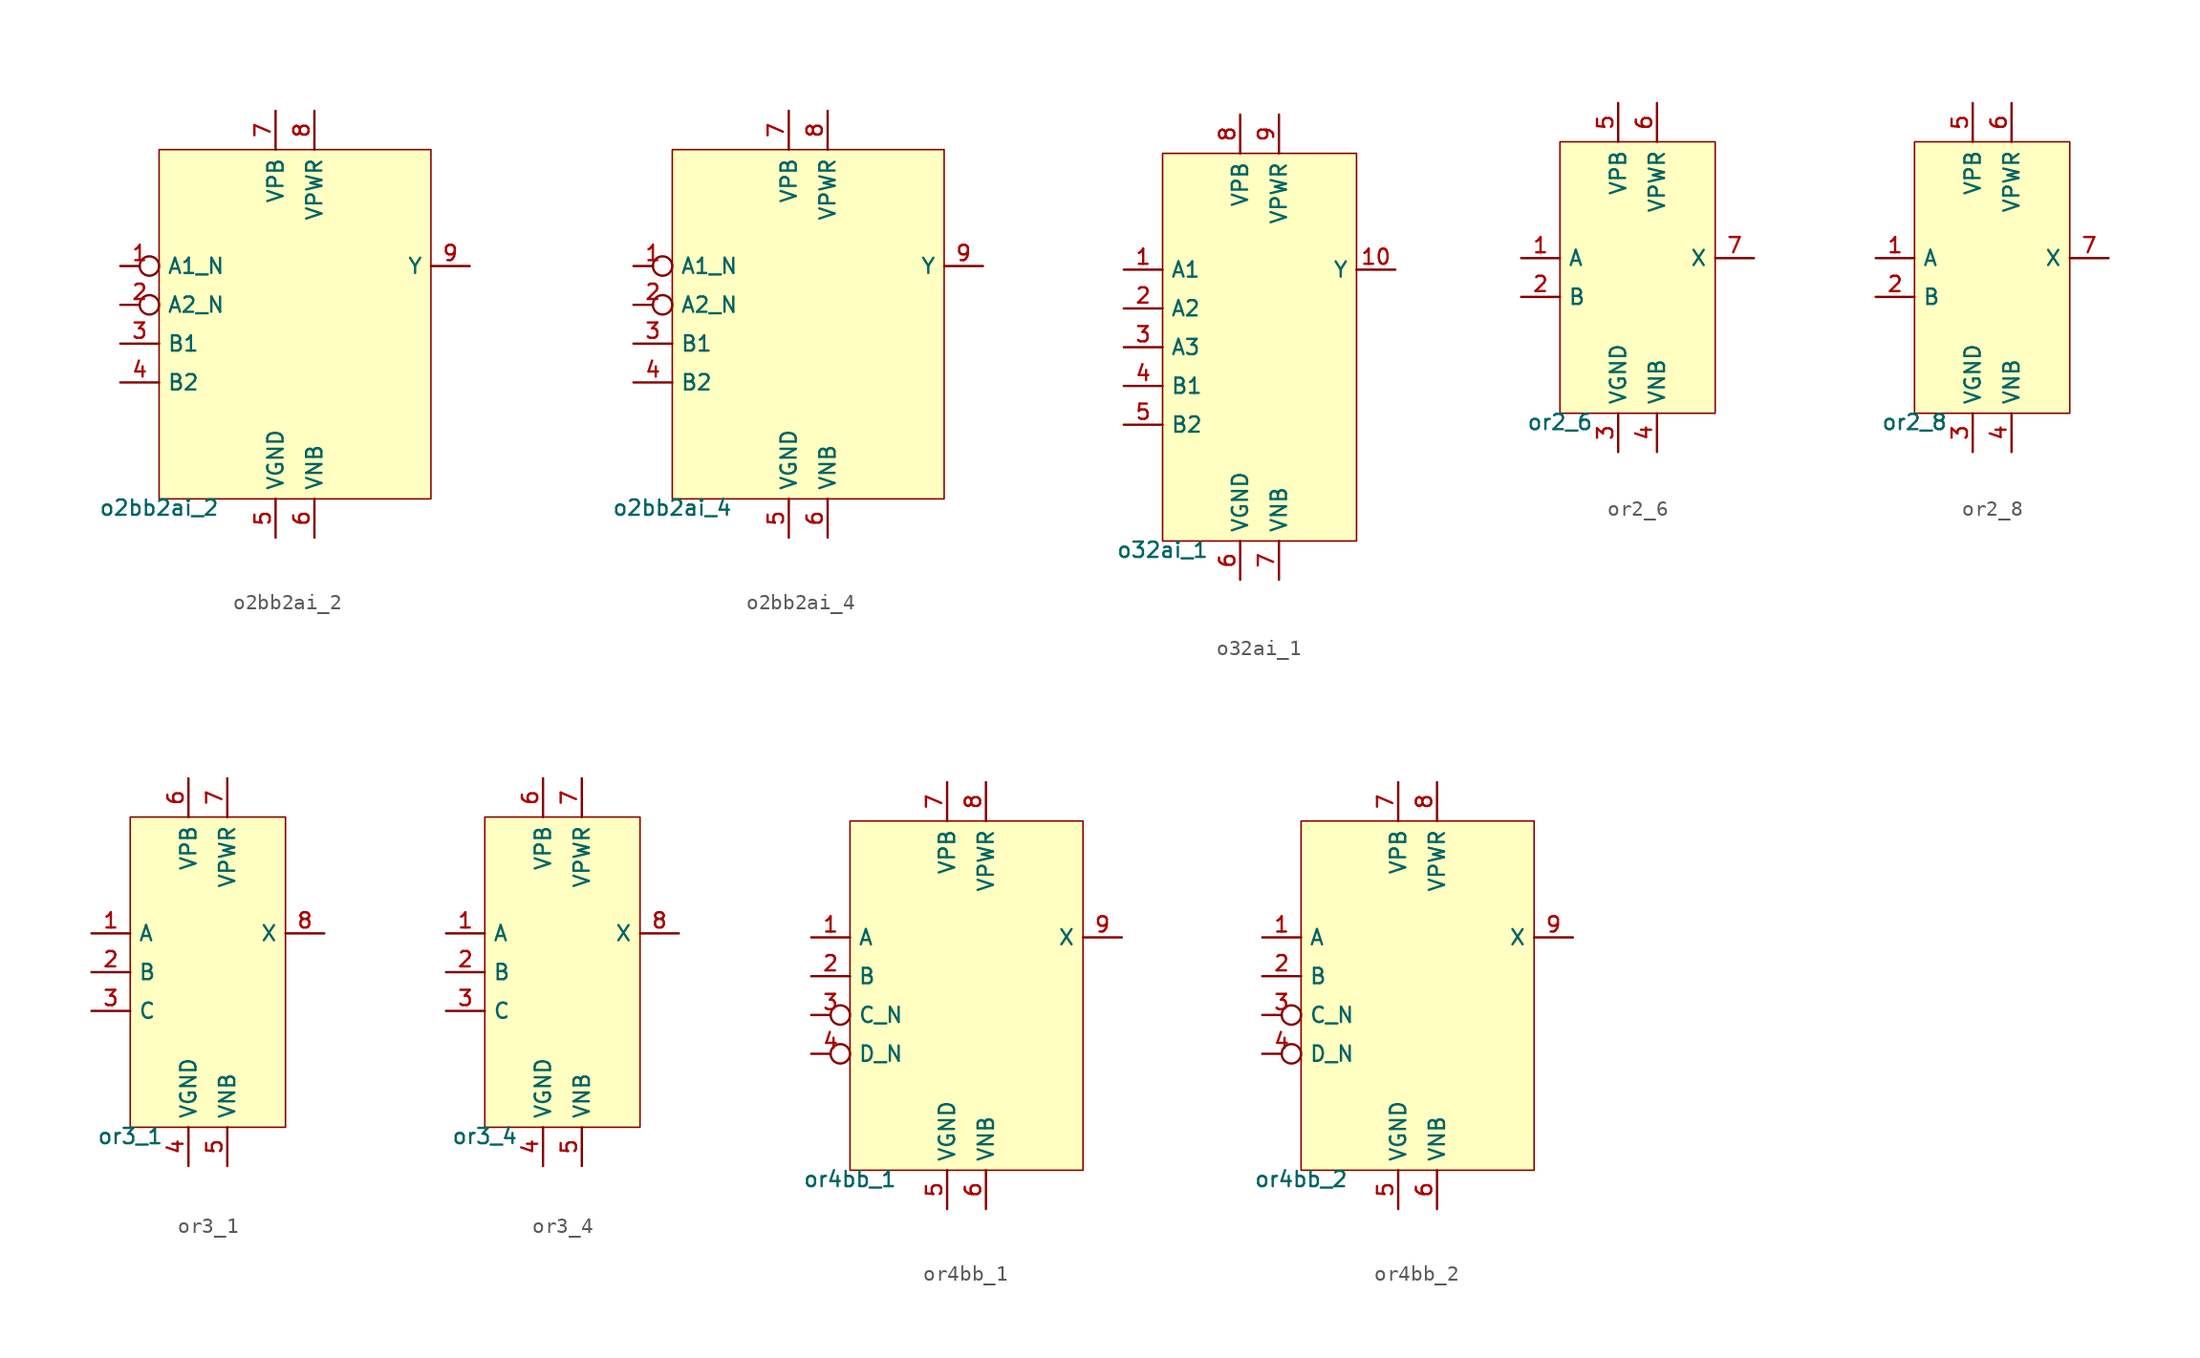
<source format=kicad_sym>
(kicad_symbol_lib
  (version 20211014)
  (generator pdk2kicad)
  (symbol "o2bb2ai_2"
    (property "Reference" "X"
      (at 0 0 0)
      (effects (font (size 1 1)) hide))
    (property "Value" "o2bb2ai_2"
      (at -8.89 -11.43 0)
      (effects (font (size 1 1)) (justify top)))
    (rectangle
      (start -8.89 -11.43)
      (end 8.89 11.43)
      (stroke (width 0.1) (type solid) (color 0 0 0 0))
      (fill (type background)))
    (pin input inverted
      (at -11.43 3.81 0)
      (length 2.54)
      (name "A1_N" (effects (font (size 1 1)) hide))
      (number "1" (effects (font (size 1 1)) hide)))
    (pin input inverted
      (at -11.43 1.27 0)
      (length 2.54)
      (name "A2_N" (effects (font (size 1 1)) hide))
      (number "2" (effects (font (size 1 1)) hide)))
    (pin input line
      (at -11.43 -1.27 0)
      (length 2.54)
      (name "B1" (effects (font (size 1 1)) hide))
      (number "3" (effects (font (size 1 1)) hide)))
    (pin input line
      (at -11.43 -3.81 0)
      (length 2.54)
      (name "B2" (effects (font (size 1 1)) hide))
      (number "4" (effects (font (size 1 1)) hide)))
    (pin power_in line
      (at -1.27 -13.97 90)
      (length 2.54)
      (name "VGND" (effects (font (size 1 1)) hide))
      (number "5" (effects (font (size 1 1)) hide)))
    (pin power_in line
      (at 1.27 -13.97 90)
      (length 2.54)
      (name "VNB" (effects (font (size 1 1)) hide))
      (number "6" (effects (font (size 1 1)) hide)))
    (pin power_in line
      (at -1.27 13.97 270)
      (length 2.54)
      (name "VPB" (effects (font (size 1 1)) hide))
      (number "7" (effects (font (size 1 1)) hide)))
    (pin power_in line
      (at 1.27 13.97 270)
      (length 2.54)
      (name "VPWR" (effects (font (size 1 1)) hide))
      (number "8" (effects (font (size 1 1)) hide)))
    (pin output line
      (at 11.43 3.81 180)
      (length 2.54)
      (name "Y" (effects (font (size 1 1)) hide))
      (number "9" (effects (font (size 1 1)) hide))))
  (symbol "o2bb2ai_4"
    (property "Reference" "X"
      (at 0 0 0)
      (effects (font (size 1 1)) hide))
    (property "Value" "o2bb2ai_4"
      (at -8.89 -11.43 0)
      (effects (font (size 1 1)) (justify top)))
    (rectangle
      (start -8.89 -11.43)
      (end 8.89 11.43)
      (stroke (width 0.1) (type solid) (color 0 0 0 0))
      (fill (type background)))
    (pin input inverted
      (at -11.43 3.81 0)
      (length 2.54)
      (name "A1_N" (effects (font (size 1 1)) hide))
      (number "1" (effects (font (size 1 1)) hide)))
    (pin input inverted
      (at -11.43 1.27 0)
      (length 2.54)
      (name "A2_N" (effects (font (size 1 1)) hide))
      (number "2" (effects (font (size 1 1)) hide)))
    (pin input line
      (at -11.43 -1.27 0)
      (length 2.54)
      (name "B1" (effects (font (size 1 1)) hide))
      (number "3" (effects (font (size 1 1)) hide)))
    (pin input line
      (at -11.43 -3.81 0)
      (length 2.54)
      (name "B2" (effects (font (size 1 1)) hide))
      (number "4" (effects (font (size 1 1)) hide)))
    (pin power_in line
      (at -1.27 -13.97 90)
      (length 2.54)
      (name "VGND" (effects (font (size 1 1)) hide))
      (number "5" (effects (font (size 1 1)) hide)))
    (pin power_in line
      (at 1.27 -13.97 90)
      (length 2.54)
      (name "VNB" (effects (font (size 1 1)) hide))
      (number "6" (effects (font (size 1 1)) hide)))
    (pin power_in line
      (at -1.27 13.97 270)
      (length 2.54)
      (name "VPB" (effects (font (size 1 1)) hide))
      (number "7" (effects (font (size 1 1)) hide)))
    (pin power_in line
      (at 1.27 13.97 270)
      (length 2.54)
      (name "VPWR" (effects (font (size 1 1)) hide))
      (number "8" (effects (font (size 1 1)) hide)))
    (pin output line
      (at 11.43 3.81 180)
      (length 2.54)
      (name "Y" (effects (font (size 1 1)) hide))
      (number "9" (effects (font (size 1 1)) hide))))
  (symbol "o32ai_1"
    (property "Reference" "X"
      (at 0 0 0)
      (effects (font (size 1 1)) hide))
    (property "Value" "o32ai_1"
      (at -6.35 -12.7 0)
      (effects (font (size 1 1)) (justify top)))
    (rectangle
      (start -6.35 -12.7)
      (end 6.35 12.7)
      (stroke (width 0.1) (type solid) (color 0 0 0 0))
      (fill (type background)))
    (pin input line
      (at -8.89 5.08 0)
      (length 2.54)
      (name "A1" (effects (font (size 1 1)) hide))
      (number "1" (effects (font (size 1 1)) hide)))
    (pin input line
      (at -8.89 2.54 0)
      (length 2.54)
      (name "A2" (effects (font (size 1 1)) hide))
      (number "2" (effects (font (size 1 1)) hide)))
    (pin input line
      (at -8.89 -8.881784197001252e-16 0)
      (length 2.54)
      (name "A3" (effects (font (size 1 1)) hide))
      (number "3" (effects (font (size 1 1)) hide)))
    (pin input line
      (at -8.89 -2.54 0)
      (length 2.54)
      (name "B1" (effects (font (size 1 1)) hide))
      (number "4" (effects (font (size 1 1)) hide)))
    (pin input line
      (at -8.89 -5.08 0)
      (length 2.54)
      (name "B2" (effects (font (size 1 1)) hide))
      (number "5" (effects (font (size 1 1)) hide)))
    (pin power_in line
      (at -1.27 -15.24 90)
      (length 2.54)
      (name "VGND" (effects (font (size 1 1)) hide))
      (number "6" (effects (font (size 1 1)) hide)))
    (pin power_in line
      (at 1.27 -15.24 90)
      (length 2.54)
      (name "VNB" (effects (font (size 1 1)) hide))
      (number "7" (effects (font (size 1 1)) hide)))
    (pin power_in line
      (at -1.27 15.24 270)
      (length 2.54)
      (name "VPB" (effects (font (size 1 1)) hide))
      (number "8" (effects (font (size 1 1)) hide)))
    (pin power_in line
      (at 1.27 15.24 270)
      (length 2.54)
      (name "VPWR" (effects (font (size 1 1)) hide))
      (number "9" (effects (font (size 1 1)) hide)))
    (pin output line
      (at 8.89 5.08 180)
      (length 2.54)
      (name "Y" (effects (font (size 1 1)) hide))
      (number "10" (effects (font (size 1 1)) hide))))
  (symbol "or2_6"
    (property "Reference" "X"
      (at 0 0 0)
      (effects (font (size 1 1)) hide))
    (property "Value" "or2_6"
      (at -5.08 -8.89 0)
      (effects (font (size 1 1)) (justify top)))
    (rectangle
      (start -5.08 -8.89)
      (end 5.08 8.89)
      (stroke (width 0.1) (type solid) (color 0 0 0 0))
      (fill (type background)))
    (pin input line
      (at -7.62 1.27 0)
      (length 2.54)
      (name "A" (effects (font (size 1 1)) hide))
      (number "1" (effects (font (size 1 1)) hide)))
    (pin input line
      (at -7.62 -1.27 0)
      (length 2.54)
      (name "B" (effects (font (size 1 1)) hide))
      (number "2" (effects (font (size 1 1)) hide)))
    (pin power_in line
      (at -1.27 -11.43 90)
      (length 2.54)
      (name "VGND" (effects (font (size 1 1)) hide))
      (number "3" (effects (font (size 1 1)) hide)))
    (pin power_in line
      (at 1.27 -11.43 90)
      (length 2.54)
      (name "VNB" (effects (font (size 1 1)) hide))
      (number "4" (effects (font (size 1 1)) hide)))
    (pin power_in line
      (at -1.27 11.43 270)
      (length 2.54)
      (name "VPB" (effects (font (size 1 1)) hide))
      (number "5" (effects (font (size 1 1)) hide)))
    (pin power_in line
      (at 1.27 11.43 270)
      (length 2.54)
      (name "VPWR" (effects (font (size 1 1)) hide))
      (number "6" (effects (font (size 1 1)) hide)))
    (pin output line
      (at 7.62 1.27 180)
      (length 2.54)
      (name "X" (effects (font (size 1 1)) hide))
      (number "7" (effects (font (size 1 1)) hide))))
  (symbol "or2_8"
    (property "Reference" "X"
      (at 0 0 0)
      (effects (font (size 1 1)) hide))
    (property "Value" "or2_8"
      (at -5.08 -8.89 0)
      (effects (font (size 1 1)) (justify top)))
    (rectangle
      (start -5.08 -8.89)
      (end 5.08 8.89)
      (stroke (width 0.1) (type solid) (color 0 0 0 0))
      (fill (type background)))
    (pin input line
      (at -7.62 1.27 0)
      (length 2.54)
      (name "A" (effects (font (size 1 1)) hide))
      (number "1" (effects (font (size 1 1)) hide)))
    (pin input line
      (at -7.62 -1.27 0)
      (length 2.54)
      (name "B" (effects (font (size 1 1)) hide))
      (number "2" (effects (font (size 1 1)) hide)))
    (pin power_in line
      (at -1.27 -11.43 90)
      (length 2.54)
      (name "VGND" (effects (font (size 1 1)) hide))
      (number "3" (effects (font (size 1 1)) hide)))
    (pin power_in line
      (at 1.27 -11.43 90)
      (length 2.54)
      (name "VNB" (effects (font (size 1 1)) hide))
      (number "4" (effects (font (size 1 1)) hide)))
    (pin power_in line
      (at -1.27 11.43 270)
      (length 2.54)
      (name "VPB" (effects (font (size 1 1)) hide))
      (number "5" (effects (font (size 1 1)) hide)))
    (pin power_in line
      (at 1.27 11.43 270)
      (length 2.54)
      (name "VPWR" (effects (font (size 1 1)) hide))
      (number "6" (effects (font (size 1 1)) hide)))
    (pin output line
      (at 7.62 1.27 180)
      (length 2.54)
      (name "X" (effects (font (size 1 1)) hide))
      (number "7" (effects (font (size 1 1)) hide))))
  (symbol "or3_1"
    (property "Reference" "X"
      (at 0 0 0)
      (effects (font (size 1 1)) hide))
    (property "Value" "or3_1"
      (at -5.08 -10.16 0)
      (effects (font (size 1 1)) (justify top)))
    (rectangle
      (start -5.08 -10.16)
      (end 5.08 10.16)
      (stroke (width 0.1) (type solid) (color 0 0 0 0))
      (fill (type background)))
    (pin input line
      (at -7.62 2.54 0)
      (length 2.54)
      (name "A" (effects (font (size 1 1)) hide))
      (number "1" (effects (font (size 1 1)) hide)))
    (pin input line
      (at -7.62 0.0 0)
      (length 2.54)
      (name "B" (effects (font (size 1 1)) hide))
      (number "2" (effects (font (size 1 1)) hide)))
    (pin input line
      (at -7.62 -2.54 0)
      (length 2.54)
      (name "C" (effects (font (size 1 1)) hide))
      (number "3" (effects (font (size 1 1)) hide)))
    (pin power_in line
      (at -1.27 -12.7 90)
      (length 2.54)
      (name "VGND" (effects (font (size 1 1)) hide))
      (number "4" (effects (font (size 1 1)) hide)))
    (pin power_in line
      (at 1.27 -12.7 90)
      (length 2.54)
      (name "VNB" (effects (font (size 1 1)) hide))
      (number "5" (effects (font (size 1 1)) hide)))
    (pin power_in line
      (at -1.27 12.7 270)
      (length 2.54)
      (name "VPB" (effects (font (size 1 1)) hide))
      (number "6" (effects (font (size 1 1)) hide)))
    (pin power_in line
      (at 1.27 12.7 270)
      (length 2.54)
      (name "VPWR" (effects (font (size 1 1)) hide))
      (number "7" (effects (font (size 1 1)) hide)))
    (pin output line
      (at 7.62 2.54 180)
      (length 2.54)
      (name "X" (effects (font (size 1 1)) hide))
      (number "8" (effects (font (size 1 1)) hide))))
  (symbol "or3_4"
    (property "Reference" "X"
      (at 0 0 0)
      (effects (font (size 1 1)) hide))
    (property "Value" "or3_4"
      (at -5.08 -10.16 0)
      (effects (font (size 1 1)) (justify top)))
    (rectangle
      (start -5.08 -10.16)
      (end 5.08 10.16)
      (stroke (width 0.1) (type solid) (color 0 0 0 0))
      (fill (type background)))
    (pin input line
      (at -7.62 2.54 0)
      (length 2.54)
      (name "A" (effects (font (size 1 1)) hide))
      (number "1" (effects (font (size 1 1)) hide)))
    (pin input line
      (at -7.62 0.0 0)
      (length 2.54)
      (name "B" (effects (font (size 1 1)) hide))
      (number "2" (effects (font (size 1 1)) hide)))
    (pin input line
      (at -7.62 -2.54 0)
      (length 2.54)
      (name "C" (effects (font (size 1 1)) hide))
      (number "3" (effects (font (size 1 1)) hide)))
    (pin power_in line
      (at -1.27 -12.7 90)
      (length 2.54)
      (name "VGND" (effects (font (size 1 1)) hide))
      (number "4" (effects (font (size 1 1)) hide)))
    (pin power_in line
      (at 1.27 -12.7 90)
      (length 2.54)
      (name "VNB" (effects (font (size 1 1)) hide))
      (number "5" (effects (font (size 1 1)) hide)))
    (pin power_in line
      (at -1.27 12.7 270)
      (length 2.54)
      (name "VPB" (effects (font (size 1 1)) hide))
      (number "6" (effects (font (size 1 1)) hide)))
    (pin power_in line
      (at 1.27 12.7 270)
      (length 2.54)
      (name "VPWR" (effects (font (size 1 1)) hide))
      (number "7" (effects (font (size 1 1)) hide)))
    (pin output line
      (at 7.62 2.54 180)
      (length 2.54)
      (name "X" (effects (font (size 1 1)) hide))
      (number "8" (effects (font (size 1 1)) hide))))
  (symbol "or4bb_1"
    (property "Reference" "X"
      (at 0 0 0)
      (effects (font (size 1 1)) hide))
    (property "Value" "or4bb_1"
      (at -7.62 -11.43 0)
      (effects (font (size 1 1)) (justify top)))
    (rectangle
      (start -7.62 -11.43)
      (end 7.62 11.43)
      (stroke (width 0.1) (type solid) (color 0 0 0 0))
      (fill (type background)))
    (pin input line
      (at -10.16 3.81 0)
      (length 2.54)
      (name "A" (effects (font (size 1 1)) hide))
      (number "1" (effects (font (size 1 1)) hide)))
    (pin input line
      (at -10.16 1.27 0)
      (length 2.54)
      (name "B" (effects (font (size 1 1)) hide))
      (number "2" (effects (font (size 1 1)) hide)))
    (pin input inverted
      (at -10.16 -1.27 0)
      (length 2.54)
      (name "C_N" (effects (font (size 1 1)) hide))
      (number "3" (effects (font (size 1 1)) hide)))
    (pin input inverted
      (at -10.16 -3.81 0)
      (length 2.54)
      (name "D_N" (effects (font (size 1 1)) hide))
      (number "4" (effects (font (size 1 1)) hide)))
    (pin power_in line
      (at -1.27 -13.97 90)
      (length 2.54)
      (name "VGND" (effects (font (size 1 1)) hide))
      (number "5" (effects (font (size 1 1)) hide)))
    (pin power_in line
      (at 1.27 -13.97 90)
      (length 2.54)
      (name "VNB" (effects (font (size 1 1)) hide))
      (number "6" (effects (font (size 1 1)) hide)))
    (pin power_in line
      (at -1.27 13.97 270)
      (length 2.54)
      (name "VPB" (effects (font (size 1 1)) hide))
      (number "7" (effects (font (size 1 1)) hide)))
    (pin power_in line
      (at 1.27 13.97 270)
      (length 2.54)
      (name "VPWR" (effects (font (size 1 1)) hide))
      (number "8" (effects (font (size 1 1)) hide)))
    (pin output line
      (at 10.16 3.81 180)
      (length 2.54)
      (name "X" (effects (font (size 1 1)) hide))
      (number "9" (effects (font (size 1 1)) hide))))
  (symbol "or4bb_2"
    (property "Reference" "X"
      (at 0 0 0)
      (effects (font (size 1 1)) hide))
    (property "Value" "or4bb_2"
      (at -7.62 -11.43 0)
      (effects (font (size 1 1)) (justify top)))
    (rectangle
      (start -7.62 -11.43)
      (end 7.62 11.43)
      (stroke (width 0.1) (type solid) (color 0 0 0 0))
      (fill (type background)))
    (pin input line
      (at -10.16 3.81 0)
      (length 2.54)
      (name "A" (effects (font (size 1 1)) hide))
      (number "1" (effects (font (size 1 1)) hide)))
    (pin input line
      (at -10.16 1.27 0)
      (length 2.54)
      (name "B" (effects (font (size 1 1)) hide))
      (number "2" (effects (font (size 1 1)) hide)))
    (pin input inverted
      (at -10.16 -1.27 0)
      (length 2.54)
      (name "C_N" (effects (font (size 1 1)) hide))
      (number "3" (effects (font (size 1 1)) hide)))
    (pin input inverted
      (at -10.16 -3.81 0)
      (length 2.54)
      (name "D_N" (effects (font (size 1 1)) hide))
      (number "4" (effects (font (size 1 1)) hide)))
    (pin power_in line
      (at -1.27 -13.97 90)
      (length 2.54)
      (name "VGND" (effects (font (size 1 1)) hide))
      (number "5" (effects (font (size 1 1)) hide)))
    (pin power_in line
      (at 1.27 -13.97 90)
      (length 2.54)
      (name "VNB" (effects (font (size 1 1)) hide))
      (number "6" (effects (font (size 1 1)) hide)))
    (pin power_in line
      (at -1.27 13.97 270)
      (length 2.54)
      (name "VPB" (effects (font (size 1 1)) hide))
      (number "7" (effects (font (size 1 1)) hide)))
    (pin power_in line
      (at 1.27 13.97 270)
      (length 2.54)
      (name "VPWR" (effects (font (size 1 1)) hide))
      (number "8" (effects (font (size 1 1)) hide)))
    (pin output line
      (at 10.16 3.81 180)
      (length 2.54)
      (name "X" (effects (font (size 1 1)) hide))
      (number "9" (effects (font (size 1 1)) hide)))))
</source>
